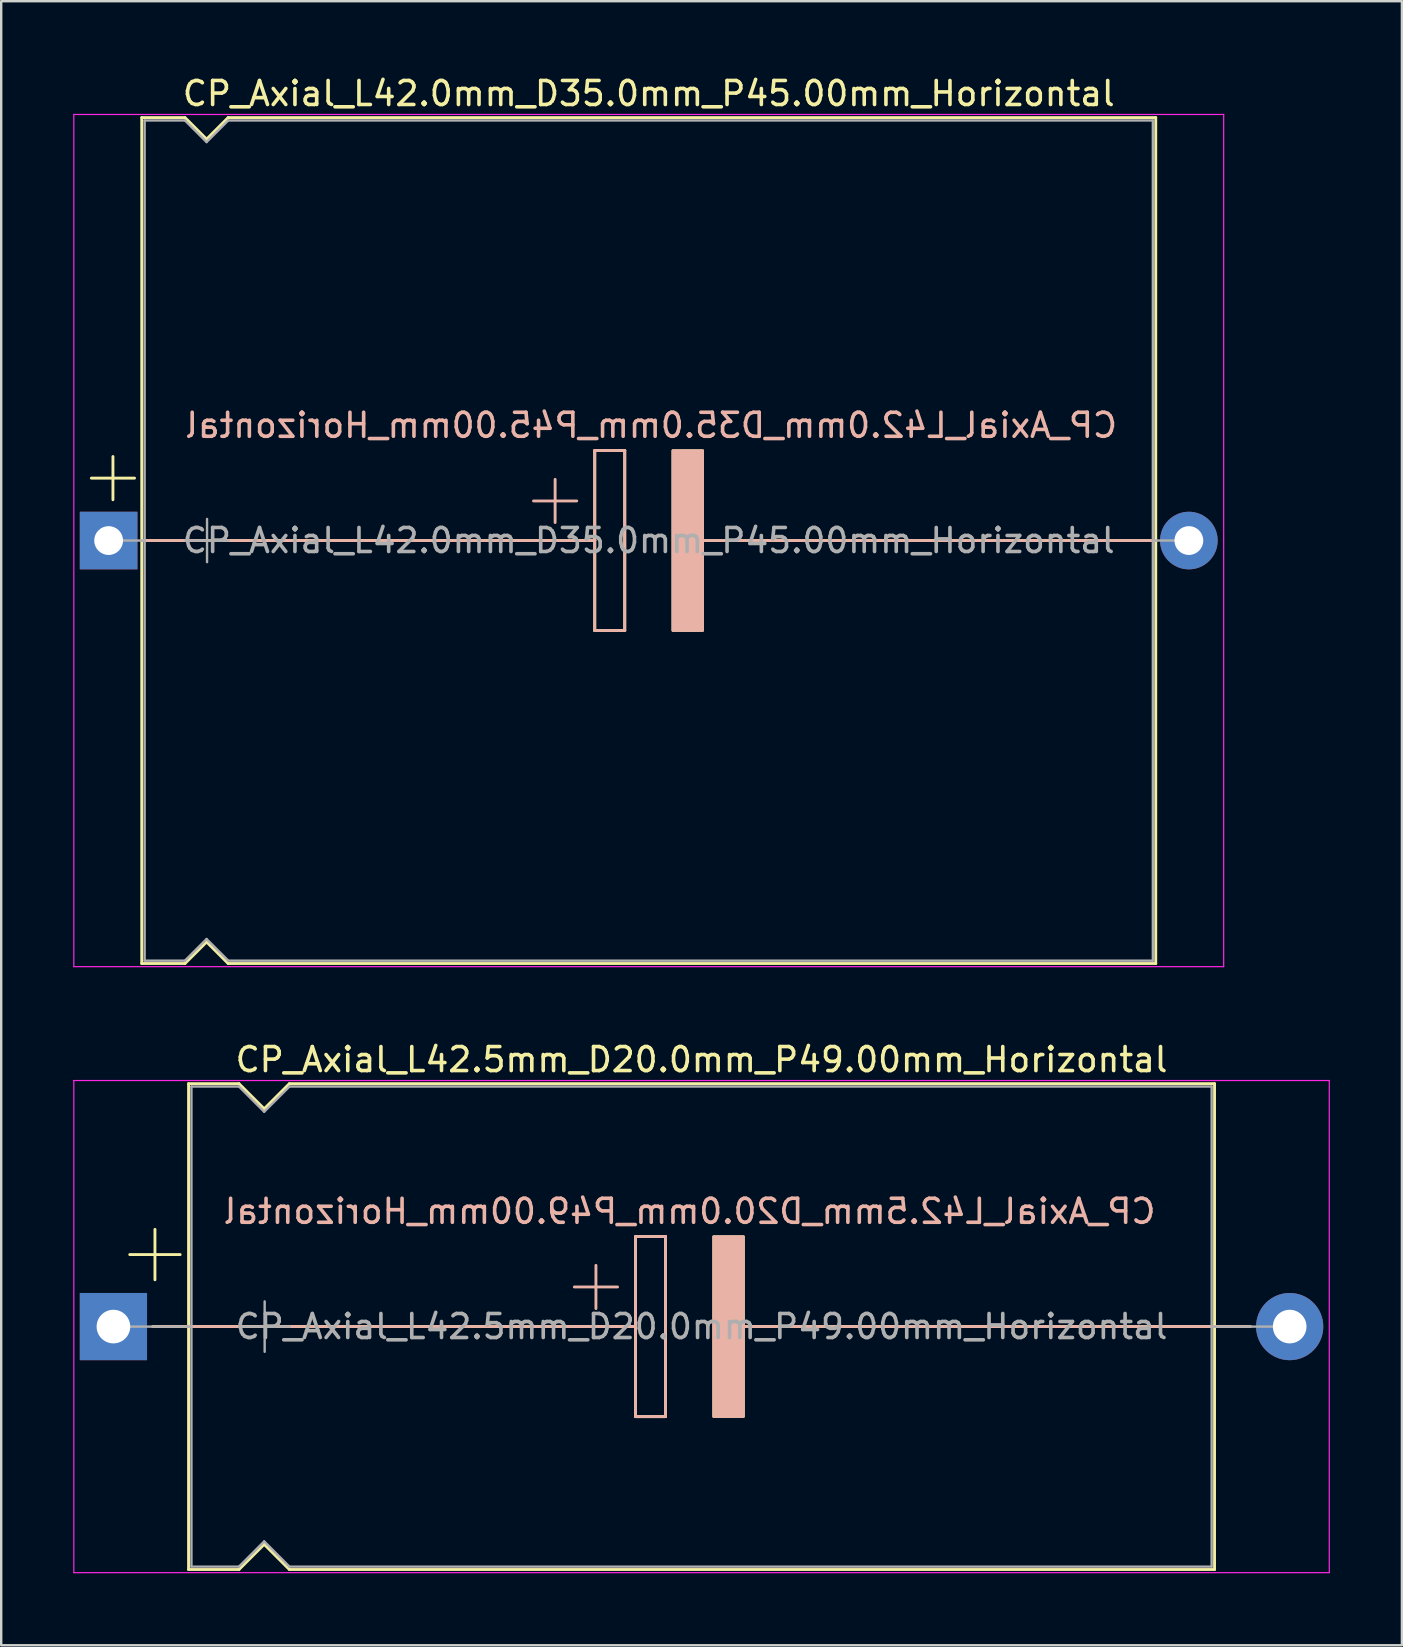
<source format=kicad_pcb>
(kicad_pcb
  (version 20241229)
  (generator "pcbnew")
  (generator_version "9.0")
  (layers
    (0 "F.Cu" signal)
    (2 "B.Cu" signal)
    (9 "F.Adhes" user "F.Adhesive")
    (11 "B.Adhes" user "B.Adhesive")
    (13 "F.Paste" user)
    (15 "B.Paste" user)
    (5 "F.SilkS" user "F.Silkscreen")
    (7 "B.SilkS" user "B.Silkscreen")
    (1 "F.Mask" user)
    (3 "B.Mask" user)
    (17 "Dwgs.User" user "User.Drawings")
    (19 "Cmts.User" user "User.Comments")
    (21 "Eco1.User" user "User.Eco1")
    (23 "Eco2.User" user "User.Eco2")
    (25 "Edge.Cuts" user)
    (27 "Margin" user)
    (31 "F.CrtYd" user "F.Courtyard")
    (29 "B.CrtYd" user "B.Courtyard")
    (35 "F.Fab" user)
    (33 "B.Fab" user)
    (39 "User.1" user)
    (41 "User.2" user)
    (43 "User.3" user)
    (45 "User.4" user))
  (footprint "CP_Axial_L42.5mm_D20.0mm_P49.00mm_Horizontal"
    (layer "F.Cu")
    (at 1.675 52.212)
    (property "Reference" "CP_Axial_L42.5mm_D20.0mm_P49.00mm_Horizontal" (at 24.5 -11.12 0) (layer "F.SilkS") (effects (font (size 1 1) (thickness 0.15))))
    (fp_line (start 0.68 -3) (end 2.78 -3) (stroke (width 0.12) (type solid)) (layer "F.SilkS"))
    (fp_line (start 1.64 0) (end 3.13 0) (stroke (width 0.12) (type solid)) (layer "F.SilkS"))
    (fp_line (start 1.73 -4.05) (end 1.73 -1.95) (stroke (width 0.12) (type solid)) (layer "F.SilkS"))
    (fp_line (start 3.13 -10.12) (end 3.13 10.12) (stroke (width 0.12) (type solid)) (layer "F.SilkS"))
    (fp_line (start 3.13 -10.12) (end 5.23 -10.12) (stroke (width 0.12) (type solid)) (layer "F.SilkS"))
    (fp_line (start 3.13 0) (end 21.75 0) (stroke (width 0.12) (type solid)) (layer "F.SilkS"))
    (fp_line (start 3.13 10.12) (end 5.23 10.12) (stroke (width 0.12) (type solid)) (layer "F.SilkS"))
    (fp_line (start 5.23 -10.12) (end 6.28 -9.07) (stroke (width 0.12) (type solid)) (layer "F.SilkS"))
    (fp_line (start 5.23 10.12) (end 6.28 9.07) (stroke (width 0.12) (type solid)) (layer "F.SilkS"))
    (fp_line (start 6.28 -9.07) (end 7.33 -10.12) (stroke (width 0.12) (type solid)) (layer "F.SilkS"))
    (fp_line (start 6.28 9.07) (end 7.33 10.12) (stroke (width 0.12) (type solid)) (layer "F.SilkS"))
    (fp_line (start 7.33 -10.12) (end 45.87 -10.12) (stroke (width 0.12) (type solid)) (layer "F.SilkS"))
    (fp_line (start 7.33 10.12) (end 45.87 10.12) (stroke (width 0.12) (type solid)) (layer "F.SilkS"))
    (fp_line (start 21.75 -3.75) (end 23 -3.75) (stroke (width 0.12) (type solid)) (layer "F.SilkS"))
    (fp_line (start 21.75 0) (end 21.75 -3.75) (stroke (width 0.12) (type solid)) (layer "F.SilkS"))
    (fp_line (start 21.75 3.75) (end 21.75 0) (stroke (width 0.12) (type solid)) (layer "F.SilkS"))
    (fp_line (start 23 -3.75) (end 23 3.75) (stroke (width 0.12) (type solid)) (layer "F.SilkS"))
    (fp_line (start 23 3.75) (end 21.75 3.75) (stroke (width 0.12) (type solid)) (layer "F.SilkS"))
    (fp_line (start 26.25 0) (end 45.87 0) (stroke (width 0.12) (type solid)) (layer "F.SilkS"))
    (fp_line (start 45.87 -10.12) (end 45.87 10.12) (stroke (width 0.12) (type solid)) (layer "F.SilkS"))
    (fp_line (start 47.36 0) (end 45.87 0) (stroke (width 0.12) (type solid)) (layer "F.SilkS"))
    (fp_poly (pts (xy 26.25 3.75) (xy 25 3.75) (xy 25 -3.75) (xy 26.25 -3.75)) (stroke (width 0.1) (type solid)) (fill yes) (layer "F.SilkS"))
    (fp_line (start 1.65 0) (end 14.88 0) (stroke (width 0.12) (type solid)) (layer "B.SilkS"))
    (fp_line (start 14.88 0) (end 21.75 0) (stroke (width 0.12) (type solid)) (layer "B.SilkS"))
    (fp_line (start 20.1 -2.55) (end 20.1 -0.75) (stroke (width 0.12) (type solid)) (layer "B.SilkS"))
    (fp_line (start 21 -1.65) (end 19.2 -1.65) (stroke (width 0.12) (type solid)) (layer "B.SilkS"))
    (fp_line (start 21.75 -3.75) (end 23 -3.75) (stroke (width 0.12) (type solid)) (layer "B.SilkS"))
    (fp_line (start 21.75 0) (end 21.75 -3.75) (stroke (width 0.12) (type solid)) (layer "B.SilkS"))
    (fp_line (start 21.75 3.75) (end 21.75 0) (stroke (width 0.12) (type solid)) (layer "B.SilkS"))
    (fp_line (start 23 -3.75) (end 23 3.75) (stroke (width 0.12) (type solid)) (layer "B.SilkS"))
    (fp_line (start 23 3.75) (end 21.75 3.75) (stroke (width 0.12) (type solid)) (layer "B.SilkS"))
    (fp_line (start 26.25 0) (end 33.12 0) (stroke (width 0.12) (type solid)) (layer "B.SilkS"))
    (fp_line (start 47.35 0) (end 33.12 0) (stroke (width 0.12) (type solid)) (layer "B.SilkS"))
    (fp_poly (pts (xy 26.25 3.75) (xy 25 3.75) (xy 25 -3.75) (xy 26.25 -3.75)) (stroke (width 0.1) (type solid)) (fill yes) (layer "B.SilkS"))
    (fp_line (start -1.65 -10.25) (end -1.65 10.25) (stroke (width 0.05) (type solid)) (layer "F.CrtYd"))
    (fp_line (start -1.65 10.25) (end 50.65 10.25) (stroke (width 0.05) (type solid)) (layer "F.CrtYd"))
    (fp_line (start 50.65 -10.25) (end -1.65 -10.25) (stroke (width 0.05) (type solid)) (layer "F.CrtYd"))
    (fp_line (start 50.65 10.25) (end 50.65 -10.25) (stroke (width 0.05) (type solid)) (layer "F.CrtYd"))
    (fp_line (start 0 0) (end 3.25 0) (stroke (width 0.1) (type solid)) (layer "F.Fab"))
    (fp_line (start 3.25 -10) (end 3.25 10) (stroke (width 0.1) (type solid)) (layer "F.Fab"))
    (fp_line (start 3.25 -10) (end 5.23 -10) (stroke (width 0.1) (type solid)) (layer "F.Fab"))
    (fp_line (start 3.25 10) (end 5.23 10) (stroke (width 0.1) (type solid)) (layer "F.Fab"))
    (fp_line (start 5.23 -10) (end 6.28 -8.95) (stroke (width 0.1) (type solid)) (layer "F.Fab"))
    (fp_line (start 5.23 10) (end 6.28 8.95) (stroke (width 0.1) (type solid)) (layer "F.Fab"))
    (fp_line (start 5.25 0) (end 7.35 0) (stroke (width 0.1) (type solid)) (layer "F.Fab"))
    (fp_line (start 6.28 -8.95) (end 7.33 -10) (stroke (width 0.1) (type solid)) (layer "F.Fab"))
    (fp_line (start 6.28 8.95) (end 7.33 10) (stroke (width 0.1) (type solid)) (layer "F.Fab"))
    (fp_line (start 6.3 -1.05) (end 6.3 1.05) (stroke (width 0.1) (type solid)) (layer "F.Fab"))
    (fp_line (start 7.33 -10) (end 45.75 -10) (stroke (width 0.1) (type solid)) (layer "F.Fab"))
    (fp_line (start 7.33 10) (end 45.75 10) (stroke (width 0.1) (type solid)) (layer "F.Fab"))
    (fp_line (start 45.75 -10) (end 45.75 10) (stroke (width 0.1) (type solid)) (layer "F.Fab"))
    (fp_line (start 49 0) (end 45.75 0) (stroke (width 0.1) (type solid)) (layer "F.Fab"))
    (fp_text user "${REFERENCE}" (at 24 -4.8 0) (layer "B.SilkS") (effects (font (size 1 1) (thickness 0.15)) (justify mirror)))
    (fp_text user "${REFERENCE}" (at 24.5 0 0) (layer "F.Fab") (effects (font (size 1 1) (thickness 0.15))))
    (pad "1" thru_hole rect (at 0 0) (size 2.8 2.8) (drill 1.4) (layers "*.Cu" "*.Mask"))
    (pad "2" thru_hole oval (at 49 0) (size 2.8 2.8) (drill 1.4) (layers "*.Cu" "*.Mask")))
  (footprint "CP_Axial_L42.0mm_D35.0mm_P45.00mm_Horizontal"
    (layer "F.Cu")
    (at 1.475 19.468)
    (property "Reference" "CP_Axial_L42.0mm_D35.0mm_P45.00mm_Horizontal" (at 22.5 -18.62 0) (layer "F.SilkS") (effects (font (size 1 1) (thickness 0.15))))
    (fp_line (start -0.72 -2.6) (end 1.08 -2.6) (stroke (width 0.12) (type solid)) (layer "F.SilkS"))
    (fp_line (start 0.18 -3.5) (end 0.18 -1.7) (stroke (width 0.12) (type solid)) (layer "F.SilkS"))
    (fp_line (start 1.38 -17.62) (end 1.38 17.62) (stroke (width 0.12) (type solid)) (layer "F.SilkS"))
    (fp_line (start 1.38 -17.62) (end 3.18 -17.62) (stroke (width 0.12) (type solid)) (layer "F.SilkS"))
    (fp_line (start 1.38 17.62) (end 3.18 17.62) (stroke (width 0.12) (type solid)) (layer "F.SilkS"))
    (fp_line (start 1.397 0) (end 20.25 0) (stroke (width 0.12) (type solid)) (layer "F.SilkS"))
    (fp_line (start 3.18 -17.62) (end 4.08 -16.72) (stroke (width 0.12) (type solid)) (layer "F.SilkS"))
    (fp_line (start 3.18 17.62) (end 4.08 16.72) (stroke (width 0.12) (type solid)) (layer "F.SilkS"))
    (fp_line (start 4.08 -16.72) (end 4.98 -17.62) (stroke (width 0.12) (type solid)) (layer "F.SilkS"))
    (fp_line (start 4.08 16.72) (end 4.98 17.62) (stroke (width 0.12) (type solid)) (layer "F.SilkS"))
    (fp_line (start 4.98 -17.62) (end 43.62 -17.62) (stroke (width 0.12) (type solid)) (layer "F.SilkS"))
    (fp_line (start 4.98 17.62) (end 43.62 17.62) (stroke (width 0.12) (type solid)) (layer "F.SilkS"))
    (fp_line (start 20.25 -3.75) (end 21.5 -3.75) (stroke (width 0.12) (type solid)) (layer "F.SilkS"))
    (fp_line (start 20.25 0) (end 20.25 -3.75) (stroke (width 0.12) (type solid)) (layer "F.SilkS"))
    (fp_line (start 20.25 3.75) (end 20.25 0) (stroke (width 0.12) (type solid)) (layer "F.SilkS"))
    (fp_line (start 21.5 -3.75) (end 21.5 3.75) (stroke (width 0.12) (type solid)) (layer "F.SilkS"))
    (fp_line (start 21.5 3.75) (end 20.25 3.75) (stroke (width 0.12) (type solid)) (layer "F.SilkS"))
    (fp_line (start 24.75 0) (end 43.561 0) (stroke (width 0.12) (type solid)) (layer "F.SilkS"))
    (fp_line (start 43.62 -17.62) (end 43.62 17.62) (stroke (width 0.12) (type solid)) (layer "F.SilkS"))
    (fp_poly (pts (xy 24.75 3.75) (xy 23.5 3.75) (xy 23.5 -3.75) (xy 24.75 -3.75)) (stroke (width 0.1) (type solid)) (fill yes) (layer "F.SilkS"))
    (fp_line (start 1.4 0) (end 13.38 0) (stroke (width 0.12) (type solid)) (layer "B.SilkS"))
    (fp_line (start 13.38 0) (end 20.25 0) (stroke (width 0.12) (type solid)) (layer "B.SilkS"))
    (fp_line (start 18.6 -2.55) (end 18.6 -0.75) (stroke (width 0.12) (type solid)) (layer "B.SilkS"))
    (fp_line (start 19.5 -1.65) (end 17.7 -1.65) (stroke (width 0.12) (type solid)) (layer "B.SilkS"))
    (fp_line (start 20.25 -3.75) (end 21.5 -3.75) (stroke (width 0.12) (type solid)) (layer "B.SilkS"))
    (fp_line (start 20.25 0) (end 20.25 -3.75) (stroke (width 0.12) (type solid)) (layer "B.SilkS"))
    (fp_line (start 20.25 3.75) (end 20.25 0) (stroke (width 0.12) (type solid)) (layer "B.SilkS"))
    (fp_line (start 21.5 -3.75) (end 21.5 3.75) (stroke (width 0.12) (type solid)) (layer "B.SilkS"))
    (fp_line (start 21.5 3.75) (end 20.25 3.75) (stroke (width 0.12) (type solid)) (layer "B.SilkS"))
    (fp_line (start 24.75 0) (end 31.62 0) (stroke (width 0.12) (type solid)) (layer "B.SilkS"))
    (fp_line (start 43.6 0) (end 31.62 0) (stroke (width 0.12) (type solid)) (layer "B.SilkS"))
    (fp_poly (pts (xy 24.75 3.75) (xy 23.5 3.75) (xy 23.5 -3.75) (xy 24.75 -3.75)) (stroke (width 0.1) (type solid)) (fill yes) (layer "B.SilkS"))
    (fp_line (start -1.45 -17.75) (end -1.45 17.75) (stroke (width 0.05) (type solid)) (layer "F.CrtYd"))
    (fp_line (start -1.45 17.75) (end 46.45 17.75) (stroke (width 0.05) (type solid)) (layer "F.CrtYd"))
    (fp_line (start 46.45 -17.75) (end -1.45 -17.75) (stroke (width 0.05) (type solid)) (layer "F.CrtYd"))
    (fp_line (start 46.45 17.75) (end 46.45 -17.75) (stroke (width 0.05) (type solid)) (layer "F.CrtYd"))
    (fp_line (start 0 0) (end 1.5 0) (stroke (width 0.1) (type solid)) (layer "F.Fab"))
    (fp_line (start 1.5 -17.5) (end 1.5 17.5) (stroke (width 0.1) (type solid)) (layer "F.Fab"))
    (fp_line (start 1.5 -17.5) (end 3.18 -17.5) (stroke (width 0.1) (type solid)) (layer "F.Fab"))
    (fp_line (start 1.5 17.5) (end 3.18 17.5) (stroke (width 0.1) (type solid)) (layer "F.Fab"))
    (fp_line (start 3.18 -17.5) (end 4.08 -16.6) (stroke (width 0.1) (type solid)) (layer "F.Fab"))
    (fp_line (start 3.18 17.5) (end 4.08 16.6) (stroke (width 0.1) (type solid)) (layer "F.Fab"))
    (fp_line (start 3.2 0) (end 5 0) (stroke (width 0.1) (type solid)) (layer "F.Fab"))
    (fp_line (start 4.08 -16.6) (end 4.98 -17.5) (stroke (width 0.1) (type solid)) (layer "F.Fab"))
    (fp_line (start 4.08 16.6) (end 4.98 17.5) (stroke (width 0.1) (type solid)) (layer "F.Fab"))
    (fp_line (start 4.1 -0.9) (end 4.1 0.9) (stroke (width 0.1) (type solid)) (layer "F.Fab"))
    (fp_line (start 4.98 -17.5) (end 43.5 -17.5) (stroke (width 0.1) (type solid)) (layer "F.Fab"))
    (fp_line (start 4.98 17.5) (end 43.5 17.5) (stroke (width 0.1) (type solid)) (layer "F.Fab"))
    (fp_line (start 43.5 -17.5) (end 43.5 17.5) (stroke (width 0.1) (type solid)) (layer "F.Fab"))
    (fp_line (start 45 0) (end 43.5 0) (stroke (width 0.1) (type solid)) (layer "F.Fab"))
    (fp_text user "${REFERENCE}" (at 22.6 -4.8 0) (layer "B.SilkS") (effects (font (size 1 1) (thickness 0.15)) (justify mirror)))
    (fp_text user "${REFERENCE}" (at 22.5 0 0) (layer "F.Fab") (effects (font (size 1 1) (thickness 0.15))))
    (pad "1" thru_hole rect (at 0 0) (size 2.4 2.4) (drill 1.2) (layers "*.Cu" "*.Mask"))
    (pad "2" thru_hole oval (at 45 0) (size 2.4 2.4) (drill 1.2) (layers "*.Cu" "*.Mask")))
  (gr_rect
    (start -3 -3)
    (end 55.35 65.487)
    (stroke (width 0.1) (type default))
    (fill no)
    (layer "Edge.Cuts")))
</source>
